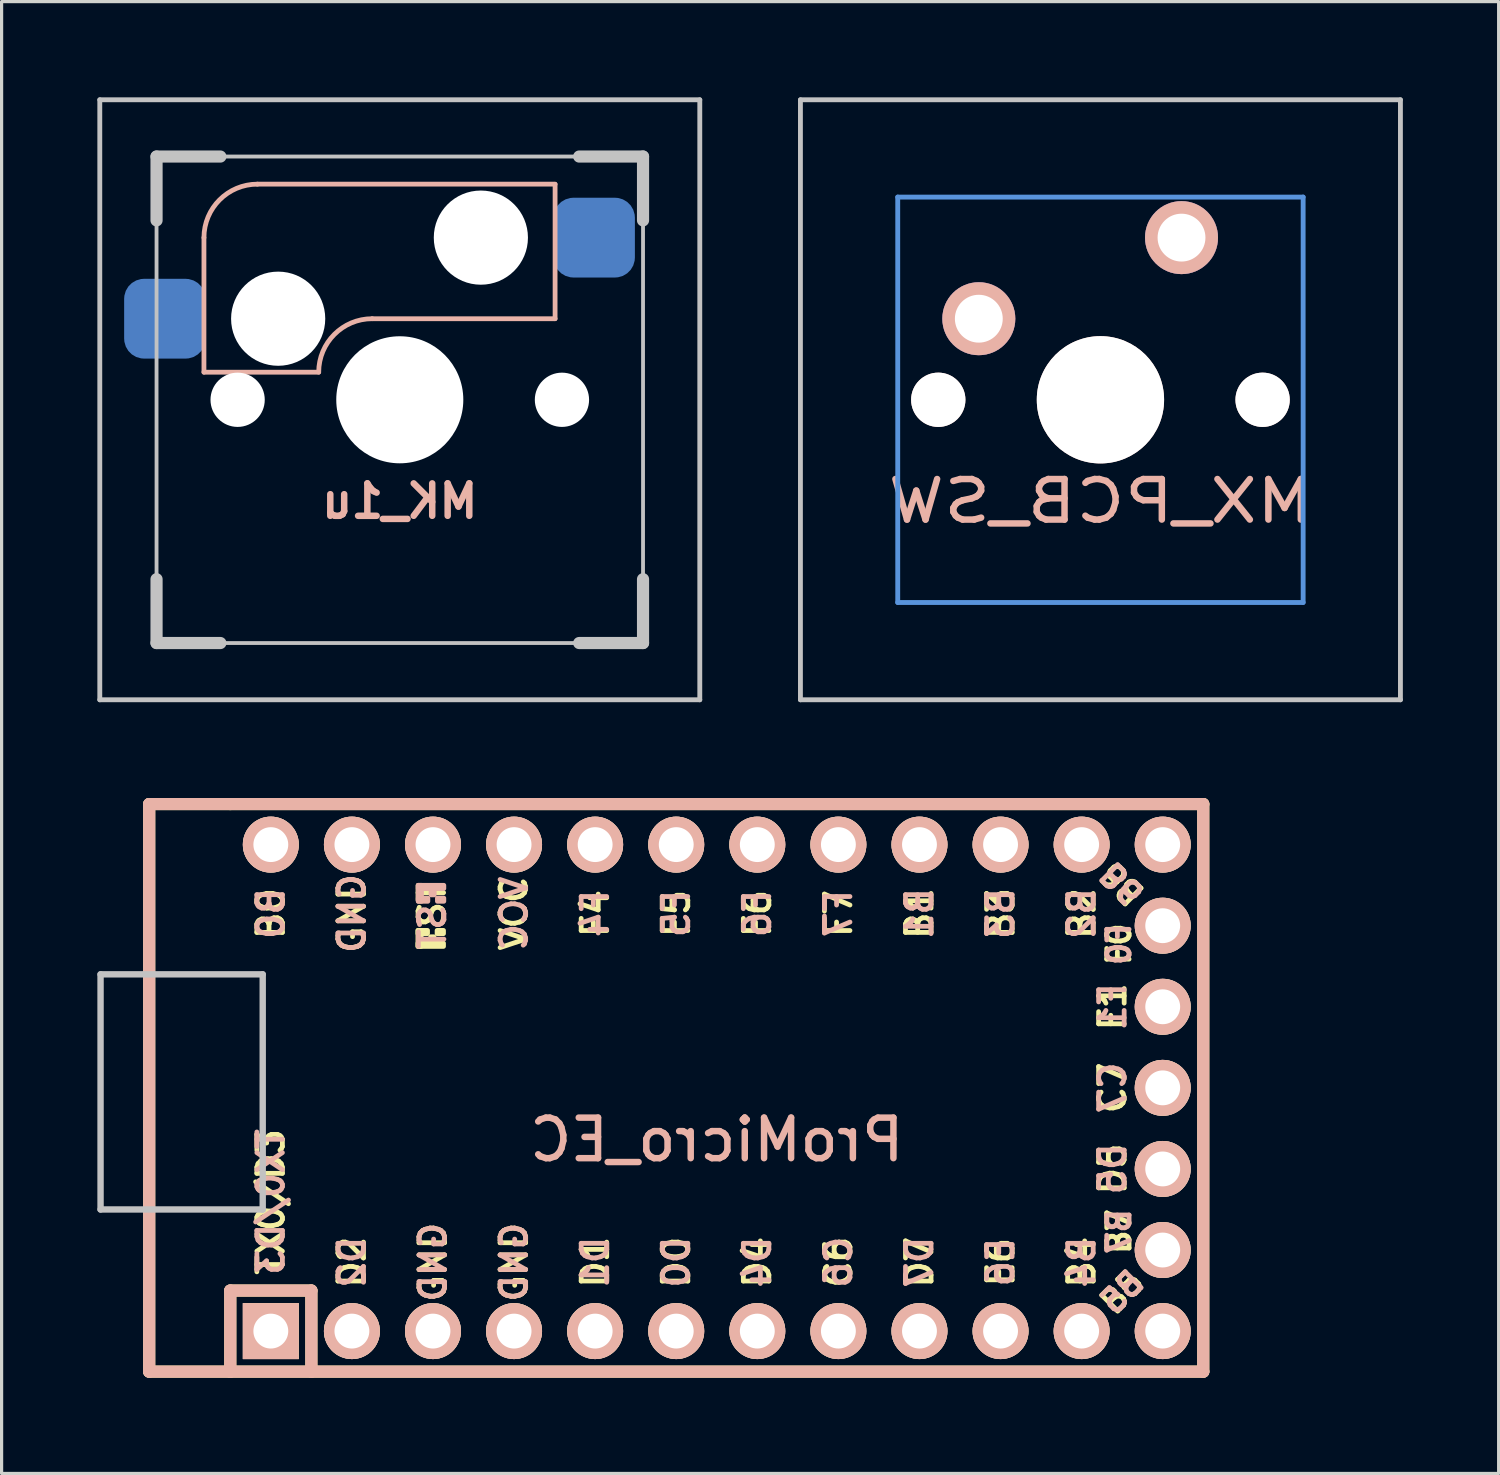
<source format=kicad_pcb>
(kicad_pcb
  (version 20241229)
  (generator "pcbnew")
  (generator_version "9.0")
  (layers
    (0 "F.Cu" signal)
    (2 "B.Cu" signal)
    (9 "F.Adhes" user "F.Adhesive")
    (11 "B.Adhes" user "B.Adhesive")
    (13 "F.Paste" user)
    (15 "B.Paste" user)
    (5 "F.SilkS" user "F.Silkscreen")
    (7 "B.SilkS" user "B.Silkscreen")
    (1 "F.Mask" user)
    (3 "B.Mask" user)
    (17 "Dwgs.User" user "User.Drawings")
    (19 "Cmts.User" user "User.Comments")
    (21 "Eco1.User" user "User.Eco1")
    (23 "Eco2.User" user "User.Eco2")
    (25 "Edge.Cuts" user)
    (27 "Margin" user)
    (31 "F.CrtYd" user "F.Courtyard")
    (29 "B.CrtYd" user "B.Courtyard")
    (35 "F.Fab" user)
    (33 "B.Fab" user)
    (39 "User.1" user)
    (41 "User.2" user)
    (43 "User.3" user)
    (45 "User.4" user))
  (footprint "ProMicro_EC"
    (layer "F.Cu")
    (at 19.404 31.029)
    (property "Reference" "ProMicro_EC" (at 0 1.625 0) (layer "B.SilkS") (effects (font (size 1.27 1.27) (thickness 0.203)) (justify mirror)))
    (attr through_hole)
    (fp_line (start -17.78 -8.89) (end -17.78 8.89) (stroke (width 0.381) (type solid)) (layer "F.SilkS"))
    (fp_line (start -17.78 8.89) (end -15.24 8.89) (stroke (width 0.381) (type solid)) (layer "F.SilkS"))
    (fp_line (start -15.24 -8.89) (end -17.78 -8.89) (stroke (width 0.381) (type solid)) (layer "F.SilkS"))
    (fp_line (start -15.24 6.35) (end -15.24 8.89) (stroke (width 0.381) (type solid)) (layer "F.SilkS"))
    (fp_line (start -15.24 6.35) (end -12.7 6.35) (stroke (width 0.381) (type solid)) (layer "F.SilkS"))
    (fp_line (start -15.24 8.89) (end 15.24 8.89) (stroke (width 0.381) (type solid)) (layer "F.SilkS"))
    (fp_line (start -12.7 6.35) (end -12.7 8.89) (stroke (width 0.381) (type solid)) (layer "F.SilkS"))
    (fp_line (start 15.24 -8.89) (end -15.24 -8.89) (stroke (width 0.381) (type solid)) (layer "F.SilkS"))
    (fp_line (start 15.24 8.89) (end 15.24 -8.89) (stroke (width 0.381) (type solid)) (layer "F.SilkS"))
    (fp_poly (pts (xy -9.361 -4.932) (xy -9.261 -4.932) (xy -9.261 -4.432) (xy -9.361 -4.432)) (stroke (width 0.15) (type solid)) (fill yes) (layer "F.SilkS"))
    (fp_poly (pts (xy -9.361 -4.932) (xy -9.061 -4.932) (xy -9.061 -4.832) (xy -9.361 -4.832)) (stroke (width 0.15) (type solid)) (fill yes) (layer "F.SilkS"))
    (fp_poly (pts (xy -9.361 -4.532) (xy -8.561 -4.532) (xy -8.561 -4.432) (xy -9.361 -4.432)) (stroke (width 0.15) (type solid)) (fill yes) (layer "F.SilkS"))
    (fp_poly (pts (xy -8.961 -4.732) (xy -8.861 -4.732) (xy -8.861 -4.632) (xy -8.961 -4.632)) (stroke (width 0.15) (type solid)) (fill yes) (layer "F.SilkS"))
    (fp_poly (pts (xy -8.761 -4.932) (xy -8.561 -4.932) (xy -8.561 -4.832) (xy -8.761 -4.832)) (stroke (width 0.15) (type solid)) (fill yes) (layer "F.SilkS"))
    (fp_line (start -17.78 -8.89) (end -17.78 8.89) (stroke (width 0.381) (type solid)) (layer "B.SilkS"))
    (fp_line (start -17.78 8.89) (end 15.24 8.89) (stroke (width 0.381) (type solid)) (layer "B.SilkS"))
    (fp_line (start -15.24 6.35) (end -15.24 8.89) (stroke (width 0.381) (type solid)) (layer "B.SilkS"))
    (fp_line (start -15.24 6.35) (end -12.7 6.35) (stroke (width 0.381) (type solid)) (layer "B.SilkS"))
    (fp_line (start -12.7 6.35) (end -12.7 8.89) (stroke (width 0.381) (type solid)) (layer "B.SilkS"))
    (fp_line (start 15.24 -8.89) (end -17.78 -8.89) (stroke (width 0.381) (type solid)) (layer "B.SilkS"))
    (fp_line (start 15.24 8.89) (end 15.24 -8.89) (stroke (width 0.381) (type solid)) (layer "B.SilkS"))
    (fp_poly (pts (xy -9.351 -6.245) (xy -8.551 -6.245) (xy -8.551 -6.345) (xy -9.351 -6.345)) (stroke (width 0.15) (type solid)) (fill yes) (layer "B.SilkS"))
    (fp_poly (pts (xy -9.351 -5.845) (xy -9.251 -5.845) (xy -9.251 -6.345) (xy -9.351 -6.345)) (stroke (width 0.15) (type solid)) (fill yes) (layer "B.SilkS"))
    (fp_poly (pts (xy -9.351 -5.845) (xy -9.051 -5.845) (xy -9.051 -5.945) (xy -9.351 -5.945)) (stroke (width 0.15) (type solid)) (fill yes) (layer "B.SilkS"))
    (fp_poly (pts (xy -8.951 -6.045) (xy -8.851 -6.045) (xy -8.851 -6.145) (xy -8.951 -6.145)) (stroke (width 0.15) (type solid)) (fill yes) (layer "B.SilkS"))
    (fp_poly (pts (xy -8.751 -5.845) (xy -8.551 -5.845) (xy -8.551 -5.945) (xy -8.751 -5.945)) (stroke (width 0.15) (type solid)) (fill yes) (layer "B.SilkS"))
    (fp_line (start -19.304 -3.556) (end -14.224 -3.556) (stroke (width 0.2) (type solid)) (layer "Dwgs.User"))
    (fp_line (start -19.304 3.81) (end -19.304 -3.556) (stroke (width 0.2) (type solid)) (layer "Dwgs.User"))
    (fp_line (start -14.224 -3.556) (end -14.224 3.81) (stroke (width 0.2) (type solid)) (layer "Dwgs.User"))
    (fp_line (start -14.224 3.81) (end -19.304 3.81) (stroke (width 0.2) (type solid)) (layer "Dwgs.User"))
    (fp_text user "F5" (at -1.27 -5.461 90) (layer "F.SilkS") (effects (font (size 0.8 0.8) (thickness 0.15))))
    (fp_text user "B3" (at 8.89 -5.461 90) (layer "F.SilkS") (effects (font (size 0.8 0.8) (thickness 0.15))))
    (fp_text user "B2" (at 11.43 -5.461 90) (layer "F.SilkS") (effects (font (size 0.8 0.8) (thickness 0.15))))
    (fp_text user "D1" (at -3.81 5.461 90) (layer "F.SilkS") (effects (font (size 0.8 0.8) (thickness 0.15))))
    (fp_text user "ST" (at -8.92 -5.733 90) (layer "F.SilkS") (effects (font (size 0.8 0.8) (thickness 0.15))))
    (fp_text user "F6" (at 1.27 -5.461 90) (layer "F.SilkS") (effects (font (size 0.8 0.8) (thickness 0.15))))
    (fp_text user "F7" (at 3.81 -5.461 90) (layer "F.SilkS") (effects (font (size 0.8 0.8) (thickness 0.15))))
    (fp_text user "F1" (at 12.4 -2.54 90) (layer "F.SilkS") (effects (font (size 0.8 0.8) (thickness 0.15))))
    (fp_text user "C7" (at 12.4 0 90) (layer "F.SilkS") (effects (font (size 0.8 0.8) (thickness 0.15))))
    (fp_text user "D0" (at -1.27 5.461 90) (layer "F.SilkS") (effects (font (size 0.8 0.8) (thickness 0.15))))
    (fp_text user "F4" (at -3.81 -5.461 90) (layer "F.SilkS") (effects (font (size 0.8 0.8) (thickness 0.15))))
    (fp_text user "D2" (at -11.43 5.461 90) (layer "F.SilkS") (effects (font (size 0.8 0.8) (thickness 0.15))))
    (fp_text user "GND" (at -11.43 -5.461 90) (layer "F.SilkS") (effects (font (size 0.8 0.8) (thickness 0.15))))
    (fp_text user "E6" (at 8.89 5.461 90) (layer "F.SilkS") (effects (font (size 0.8 0.8) (thickness 0.15))))
    (fp_text user "D5" (at 12.4 2.54 90) (layer "F.SilkS") (effects (font (size 0.8 0.8) (thickness 0.15))))
    (fp_text user "GND" (at -6.35 5.461 90) (layer "F.SilkS") (effects (font (size 0.8 0.8) (thickness 0.15))))
    (fp_text user "B4" (at 11.43 5.461 90) (layer "F.SilkS") (effects (font (size 0.8 0.8) (thickness 0.15))))
    (fp_text user "B7" (at 12.6 4.5 90) (layer "F.SilkS") (effects (font (size 0.7 0.7) (thickness 0.15))))
    (fp_text user "GND" (at -8.89 5.461 90) (layer "F.SilkS") (effects (font (size 0.8 0.8) (thickness 0.15))))
    (fp_text user "F0" (at 12.6 -4.5 90) (layer "F.SilkS") (effects (font (size 0.7 0.7) (thickness 0.15))))
    (fp_text user "B5" (at 12.7 6.4 45) (layer "F.SilkS") (effects (font (size 0.7 0.7) (thickness 0.15))))
    (fp_text user "B6" (at 12.7 -6.4 135) (unlocked yes) (layer "F.SilkS") (effects (font (size 0.7 0.7) (thickness 0.15))))
    (fp_text user "B1" (at 6.35 -5.461 90) (layer "F.SilkS") (effects (font (size 0.8 0.8) (thickness 0.15))))
    (fp_text user "B0" (at -13.97 -5.461 90) (layer "F.SilkS") (effects (font (size 0.8 0.8) (thickness 0.15))))
    (fp_text user "TX0/D3" (at -13.97 3.572 90) (layer "F.SilkS") (effects (font (size 0.8 0.8) (thickness 0.15))))
    (fp_text user "VCC" (at -6.35 -5.461 90) (layer "F.SilkS") (effects (font (size 0.8 0.8) (thickness 0.15))))
    (fp_text user "D7" (at 6.35 5.461 90) (layer "F.SilkS") (effects (font (size 0.8 0.8) (thickness 0.15))))
    (fp_text user "C6" (at 3.81 5.461 90) (layer "F.SilkS") (effects (font (size 0.8 0.8) (thickness 0.15))))
    (fp_text user "D4" (at 1.27 5.461 90) (layer "F.SilkS") (effects (font (size 0.8 0.8) (thickness 0.15))))
    (fp_text user "D7" (at 6.35 5.461 90) (layer "B.SilkS") (effects (font (size 0.8 0.8) (thickness 0.15)) (justify mirror)))
    (fp_text user "B4" (at 11.43 5.461 90) (layer "B.SilkS") (effects (font (size 0.8 0.8) (thickness 0.15)) (justify mirror)))
    (fp_text user "D2" (at -11.43 5.461 90) (layer "B.SilkS") (effects (font (size 0.8 0.8) (thickness 0.15)) (justify mirror)))
    (fp_text user "F5" (at -1.27 -5.461 90) (layer "B.SilkS") (effects (font (size 0.8 0.8) (thickness 0.15)) (justify mirror)))
    (fp_text user "D5" (at 12.4 2.54 90) (layer "B.SilkS") (effects (font (size 0.8 0.8) (thickness 0.15)) (justify mirror)))
    (fp_text user "B3" (at 8.89 -5.461 90) (layer "B.SilkS") (effects (font (size 0.8 0.8) (thickness 0.15)) (justify mirror)))
    (fp_text user "F7" (at 3.81 -5.461 90) (layer "B.SilkS") (effects (font (size 0.8 0.8) (thickness 0.15)) (justify mirror)))
    (fp_text user "F6" (at 1.27 -5.461 90) (layer "B.SilkS") (effects (font (size 0.8 0.8) (thickness 0.15)) (justify mirror)))
    (fp_text user "F4" (at -3.81 -5.461 90) (layer "B.SilkS") (effects (font (size 0.8 0.8) (thickness 0.15)) (justify mirror)))
    (fp_text user "B7" (at 12.6 4.5 90) (layer "B.SilkS") (effects (font (size 0.7 0.7) (thickness 0.15)) (justify mirror)))
    (fp_text user "C6" (at 3.81 5.461 90) (layer "B.SilkS") (effects (font (size 0.8 0.8) (thickness 0.15)) (justify mirror)))
    (fp_text user "B6" (at 12.7 -6.4 135) (unlocked yes) (layer "B.SilkS") (effects (font (size 0.7 0.7) (thickness 0.15)) (justify mirror)))
    (fp_text user "D1" (at -3.81 5.461 90) (layer "B.SilkS") (effects (font (size 0.8 0.8) (thickness 0.15)) (justify mirror)))
    (fp_text user "ST" (at -8.91 -5.04 90) (layer "B.SilkS") (effects (font (size 0.8 0.8) (thickness 0.15)) (justify mirror)))
    (fp_text user "D0" (at -1.27 5.461 90) (layer "B.SilkS") (effects (font (size 0.8 0.8) (thickness 0.15)) (justify mirror)))
    (fp_text user "VCC" (at -6.35 -5.461 90) (layer "B.SilkS") (effects (font (size 0.8 0.8) (thickness 0.15)) (justify mirror)))
    (fp_text user "GND" (at -6.35 5.461 90) (layer "B.SilkS") (effects (font (size 0.8 0.8) (thickness 0.15)) (justify mirror)))
    (fp_text user "TX0/D3" (at -13.97 3.572 90) (layer "B.SilkS") (effects (font (size 0.8 0.8) (thickness 0.15)) (justify mirror)))
    (fp_text user "GND" (at -8.89 5.461 90) (layer "B.SilkS") (effects (font (size 0.8 0.8) (thickness 0.15)) (justify mirror)))
    (fp_text user "B5" (at 12.7 6.4 45) (layer "B.SilkS") (effects (font (size 0.7 0.7) (thickness 0.15)) (justify mirror)))
    (fp_text user "E6" (at 8.89 5.461 90) (layer "B.SilkS") (effects (font (size 0.8 0.8) (thickness 0.15)) (justify mirror)))
    (fp_text user "B2" (at 11.43 -5.461 90) (layer "B.SilkS") (effects (font (size 0.8 0.8) (thickness 0.15)) (justify mirror)))
    (fp_text user "GND" (at -11.43 -5.461 90) (layer "B.SilkS") (effects (font (size 0.8 0.8) (thickness 0.15)) (justify mirror)))
    (fp_text user "F1" (at 12.4 -2.54 90) (layer "B.SilkS") (effects (font (size 0.8 0.8) (thickness 0.15)) (justify mirror)))
    (fp_text user "C7" (at 12.4 0 90) (layer "B.SilkS") (effects (font (size 0.8 0.8) (thickness 0.15)) (justify mirror)))
    (fp_text user "F0" (at 12.6 -4.5 90) (layer "B.SilkS") (effects (font (size 0.7 0.7) (thickness 0.15)) (justify mirror)))
    (fp_text user "B1" (at 6.35 -5.461 90) (layer "B.SilkS") (effects (font (size 0.8 0.8) (thickness 0.15)) (justify mirror)))
    (fp_text user "D4" (at 1.27 5.461 90) (layer "B.SilkS") (effects (font (size 0.8 0.8) (thickness 0.15)) (justify mirror)))
    (fp_text user "B0" (at -13.97 -5.461 90) (layer "B.SilkS") (effects (font (size 0.8 0.8) (thickness 0.15)) (justify mirror)))
    (pad "1" thru_hole rect (at -13.97 7.62) (size 1.753 1.753) (drill 1.092) (layers "*.Cu" "*.SilkS" "*.Mask"))
    (pad "2" thru_hole circle (at -11.43 7.62) (size 1.753 1.753) (drill 1.092) (layers "*.Cu" "*.SilkS" "*.Mask"))
    (pad "3" thru_hole circle (at -8.89 7.62) (size 1.753 1.753) (drill 1.092) (layers "*.Cu" "*.SilkS" "*.Mask"))
    (pad "4" thru_hole circle (at -6.35 7.62) (size 1.753 1.753) (drill 1.092) (layers "*.Cu" "*.SilkS" "*.Mask"))
    (pad "5" thru_hole circle (at -3.81 7.62) (size 1.753 1.753) (drill 1.092) (layers "*.Cu" "*.SilkS" "*.Mask"))
    (pad "6" thru_hole circle (at -1.27 7.62) (size 1.753 1.753) (drill 1.092) (layers "*.Cu" "*.SilkS" "*.Mask"))
    (pad "7" thru_hole circle (at 1.27 7.62) (size 1.753 1.753) (drill 1.092) (layers "*.Cu" "*.SilkS" "*.Mask"))
    (pad "8" thru_hole circle (at 3.81 7.62) (size 1.753 1.753) (drill 1.092) (layers "*.Cu" "*.SilkS" "*.Mask"))
    (pad "9" thru_hole circle (at 6.35 7.62) (size 1.753 1.753) (drill 1.092) (layers "*.Cu" "*.SilkS" "*.Mask"))
    (pad "10" thru_hole circle (at 8.89 7.62) (size 1.753 1.753) (drill 1.092) (layers "*.Cu" "*.SilkS" "*.Mask"))
    (pad "11" thru_hole circle (at 11.43 7.62) (size 1.753 1.753) (drill 1.092) (layers "*.Cu" "*.SilkS" "*.Mask"))
    (pad "12" thru_hole circle (at 13.97 7.62) (size 1.753 1.753) (drill 1.092) (layers "*.Cu" "*.SilkS" "*.Mask"))
    (pad "13" thru_hole circle (at 13.97 -7.62) (size 1.753 1.753) (drill 1.092) (layers "*.Cu" "*.SilkS" "*.Mask"))
    (pad "14" thru_hole circle (at 11.43 -7.62) (size 1.753 1.753) (drill 1.092) (layers "*.Cu" "*.SilkS" "*.Mask"))
    (pad "15" thru_hole circle (at 8.89 -7.62) (size 1.753 1.753) (drill 1.092) (layers "*.Cu" "*.SilkS" "*.Mask"))
    (pad "16" thru_hole circle (at 6.35 -7.62) (size 1.753 1.753) (drill 1.092) (layers "*.Cu" "*.SilkS" "*.Mask"))
    (pad "17" thru_hole circle (at 3.81 -7.62) (size 1.753 1.753) (drill 1.092) (layers "*.Cu" "*.SilkS" "*.Mask"))
    (pad "18" thru_hole circle (at 1.27 -7.62) (size 1.753 1.753) (drill 1.092) (layers "*.Cu" "*.SilkS" "*.Mask"))
    (pad "19" thru_hole circle (at -1.27 -7.62) (size 1.753 1.753) (drill 1.092) (layers "*.Cu" "*.SilkS" "*.Mask"))
    (pad "20" thru_hole circle (at -3.81 -7.62) (size 1.753 1.753) (drill 1.092) (layers "*.Cu" "*.SilkS" "*.Mask"))
    (pad "21" thru_hole circle (at -6.35 -7.62) (size 1.753 1.753) (drill 1.092) (layers "*.Cu" "*.SilkS" "*.Mask"))
    (pad "22" thru_hole circle (at -8.89 -7.62) (size 1.753 1.753) (drill 1.092) (layers "*.Cu" "*.SilkS" "*.Mask"))
    (pad "23" thru_hole circle (at -11.43 -7.62) (size 1.753 1.753) (drill 1.092) (layers "*.Cu" "*.SilkS" "*.Mask"))
    (pad "24" thru_hole circle (at -13.97 -7.62) (size 1.753 1.753) (drill 1.092) (layers "*.Cu" "*.SilkS" "*.Mask"))
    (pad "25" thru_hole circle (at 13.97 5.08) (size 1.753 1.753) (drill 1.092) (layers "*.Cu" "*.SilkS" "*.Mask"))
    (pad "26" thru_hole circle (at 13.97 2.54) (size 1.753 1.753) (drill 1.092) (layers "*.Cu" "*.SilkS" "*.Mask"))
    (pad "27" thru_hole circle (at 13.97 0) (size 1.753 1.753) (drill 1.092) (layers "*.Cu" "*.SilkS" "*.Mask"))
    (pad "28" thru_hole circle (at 13.97 -2.54) (size 1.753 1.753) (drill 1.092) (layers "*.Cu" "*.SilkS" "*.Mask"))
    (pad "29" thru_hole circle (at 13.97 -5.08) (size 1.753 1.753) (drill 1.092) (layers "*.Cu" "*.SilkS" "*.Mask")))
  (footprint "MX_PCB_SW"
    (layer "F.Cu")
    (at 31.423 9.474)
    (property "Reference" "MX_PCB_SW" (at 0 3.175 0) (layer "B.SilkS") (effects (font (size 1.27 1.524) (thickness 0.203)) (justify mirror)))
    (attr through_hole)
    (fp_line (start -9.398 -9.398) (end 9.398 -9.398) (stroke (width 0.152) (type solid)) (layer "Dwgs.User"))
    (fp_line (start -9.398 9.398) (end -9.398 -9.398) (stroke (width 0.152) (type solid)) (layer "Dwgs.User"))
    (fp_line (start 9.398 -9.398) (end 9.398 9.398) (stroke (width 0.152) (type solid)) (layer "Dwgs.User"))
    (fp_line (start 9.398 9.398) (end -9.398 9.398) (stroke (width 0.152) (type solid)) (layer "Dwgs.User"))
    (fp_line (start -6.35 -6.35) (end 6.35 -6.35) (stroke (width 0.152) (type solid)) (layer "Cmts.User"))
    (fp_line (start -6.35 6.35) (end -6.35 -6.35) (stroke (width 0.152) (type solid)) (layer "Cmts.User"))
    (fp_line (start 6.35 -6.35) (end 6.35 6.35) (stroke (width 0.152) (type solid)) (layer "Cmts.User"))
    (fp_line (start 6.35 6.35) (end -6.35 6.35) (stroke (width 0.152) (type solid)) (layer "Cmts.User"))
    (fp_line (start -6.985 -6.985) (end 6.985 -6.985) (stroke (width 0.152) (type solid)) (layer "Eco2.User"))
    (fp_line (start -6.985 6.985) (end -6.985 -6.985) (stroke (width 0.152) (type solid)) (layer "Eco2.User"))
    (fp_line (start 6.985 -6.985) (end 6.985 6.985) (stroke (width 0.152) (type solid)) (layer "Eco2.User"))
    (fp_line (start 6.985 6.985) (end -6.985 6.985) (stroke (width 0.152) (type solid)) (layer "Eco2.User"))
    (pad "" np_thru_hole circle (at -5.08 0) (size 1.702 1.702) (drill 1.702) (layers "*.Cu" "*.Mask" "B.SilkS"))
    (pad "" np_thru_hole circle (at 0 0) (size 3.988 3.988) (drill 3.988) (layers "*.Cu" "*.Mask" "B.SilkS"))
    (pad "" np_thru_hole circle (at 5.08 0) (size 1.702 1.702) (drill 1.702) (layers "*.Cu" "*.Mask" "B.SilkS"))
    (pad "SW1" thru_hole circle (at -3.81 -2.54) (size 2.286 2.286) (drill 1.499) (layers "*.Cu" "*.Mask" "B.SilkS"))
    (pad "SW2" thru_hole circle (at 2.54 -5.08) (size 2.286 2.286) (drill 1.499) (layers "*.Cu" "*.Mask" "B.SilkS")))
  (footprint "MK_1u"
    (layer "F.Cu")
    (at 9.474 9.474)
    (property "Reference" "MK_1u" (at 0 3.175 0) (layer "B.SilkS") (effects (font (size 1.016 1.016) (thickness 0.203)) (justify mirror)))
    (property "Value" "${VALUE}" (at 0 5.08 0) (layer "F.Fab") (hide yes) (effects (font (size 1.016 1.016) (thickness 0.203))))
    (attr through_hole)
    (fp_line (start -6.135 -5.08) (end -6.135 -0.865) (stroke (width 0.15) (type solid)) (layer "B.SilkS"))
    (fp_line (start -6.135 -0.865) (end -2.54 -0.865) (stroke (width 0.15) (type solid)) (layer "B.SilkS"))
    (fp_line (start -4.46 -6.755) (end 4.865 -6.755) (stroke (width 0.15) (type solid)) (layer "B.SilkS"))
    (fp_line (start -0.865 -2.54) (end 4.865 -2.54) (stroke (width 0.15) (type solid)) (layer "B.SilkS"))
    (fp_line (start 4.865 -6.75) (end 4.865 -2.54) (stroke (width 0.15) (type solid)) (layer "B.SilkS"))
    (fp_arc (start -6.135 -5.08) (mid -5.644404 -6.264404) (end -4.46 -6.755) (stroke (width 0.15) (type solid)) (layer "B.SilkS"))
    (fp_arc (start -2.54 -0.865) (mid -2.049404 -2.049404) (end -0.865 -2.54) (stroke (width 0.15) (type solid)) (layer "B.SilkS"))
    (fp_line (start -9.398 -9.398) (end -9.398 9.398) (stroke (width 0.152) (type solid)) (layer "Dwgs.User"))
    (fp_line (start -9.398 9.398) (end 9.398 9.398) (stroke (width 0.152) (type solid)) (layer "Dwgs.User"))
    (fp_line (start -7.62 -7.62) (end -7.62 -5.62) (stroke (width 0.381) (type solid)) (layer "Dwgs.User"))
    (fp_line (start -7.62 -7.62) (end 7.62 -7.62) (stroke (width 0.12) (type solid)) (layer "Dwgs.User"))
    (fp_line (start -7.62 5.62) (end -7.62 7.62) (stroke (width 0.381) (type solid)) (layer "Dwgs.User"))
    (fp_line (start -7.62 7.62) (end -7.62 -7.62) (stroke (width 0.12) (type solid)) (layer "Dwgs.User"))
    (fp_line (start -5.62 -7.62) (end -7.62 -7.62) (stroke (width 0.381) (type solid)) (layer "Dwgs.User"))
    (fp_line (start -5.62 7.62) (end -7.62 7.62) (stroke (width 0.381) (type solid)) (layer "Dwgs.User"))
    (fp_line (start 7.62 -7.62) (end 5.62 -7.62) (stroke (width 0.381) (type solid)) (layer "Dwgs.User"))
    (fp_line (start 7.62 -7.62) (end 7.62 7.62) (stroke (width 0.12) (type solid)) (layer "Dwgs.User"))
    (fp_line (start 7.62 -5.62) (end 7.62 -7.62) (stroke (width 0.381) (type solid)) (layer "Dwgs.User"))
    (fp_line (start 7.62 5.62) (end 7.62 7.62) (stroke (width 0.381) (type solid)) (layer "Dwgs.User"))
    (fp_line (start 7.62 7.62) (end -7.62 7.62) (stroke (width 0.12) (type solid)) (layer "Dwgs.User"))
    (fp_line (start 7.62 7.62) (end 5.62 7.62) (stroke (width 0.381) (type solid)) (layer "Dwgs.User"))
    (fp_line (start 9.398 -9.398) (end -9.398 -9.398) (stroke (width 0.152) (type solid)) (layer "Dwgs.User"))
    (fp_line (start 9.398 9.398) (end 9.398 -9.398) (stroke (width 0.152) (type solid)) (layer "Dwgs.User"))
    (pad "" np_thru_hole circle (at -5.08 0) (size 1.7 1.7) (drill 1.7) (layers "*.Cu" "*.Mask"))
    (pad "" np_thru_hole circle (at -3.81 -2.54) (size 2.95 2.95) (drill 2.95) (layers "*.Cu" "*.Mask"))
    (pad "" np_thru_hole circle (at 0 0) (size 3.98 3.98) (drill 3.98) (layers "*.Cu" "*.Mask"))
    (pad "" np_thru_hole circle (at 2.54 -5.08) (size 2.95 2.95) (drill 2.95) (layers "*.Cu" "*.Mask"))
    (pad "" np_thru_hole circle (at 5.08 0) (size 1.7 1.7) (drill 1.7) (layers "*.Cu" "*.Mask"))
    (pad "1" smd roundrect (at -7.36 -2.54) (size 2.55 2.5) (layers "B.Cu" "B.Mask" "B.Paste") (roundrect_rratio 0.25))
    (pad "2" smd roundrect (at 6.09 -5.08) (size 2.55 2.5) (layers "B.Cu" "B.Mask" "B.Paste") (roundrect_rratio 0.25)))
  (gr_rect
    (start -3 -3)
    (end 43.897 43.109)
    (stroke (width 0.1) (type default))
    (fill no)
    (layer "Edge.Cuts")))
</source>
